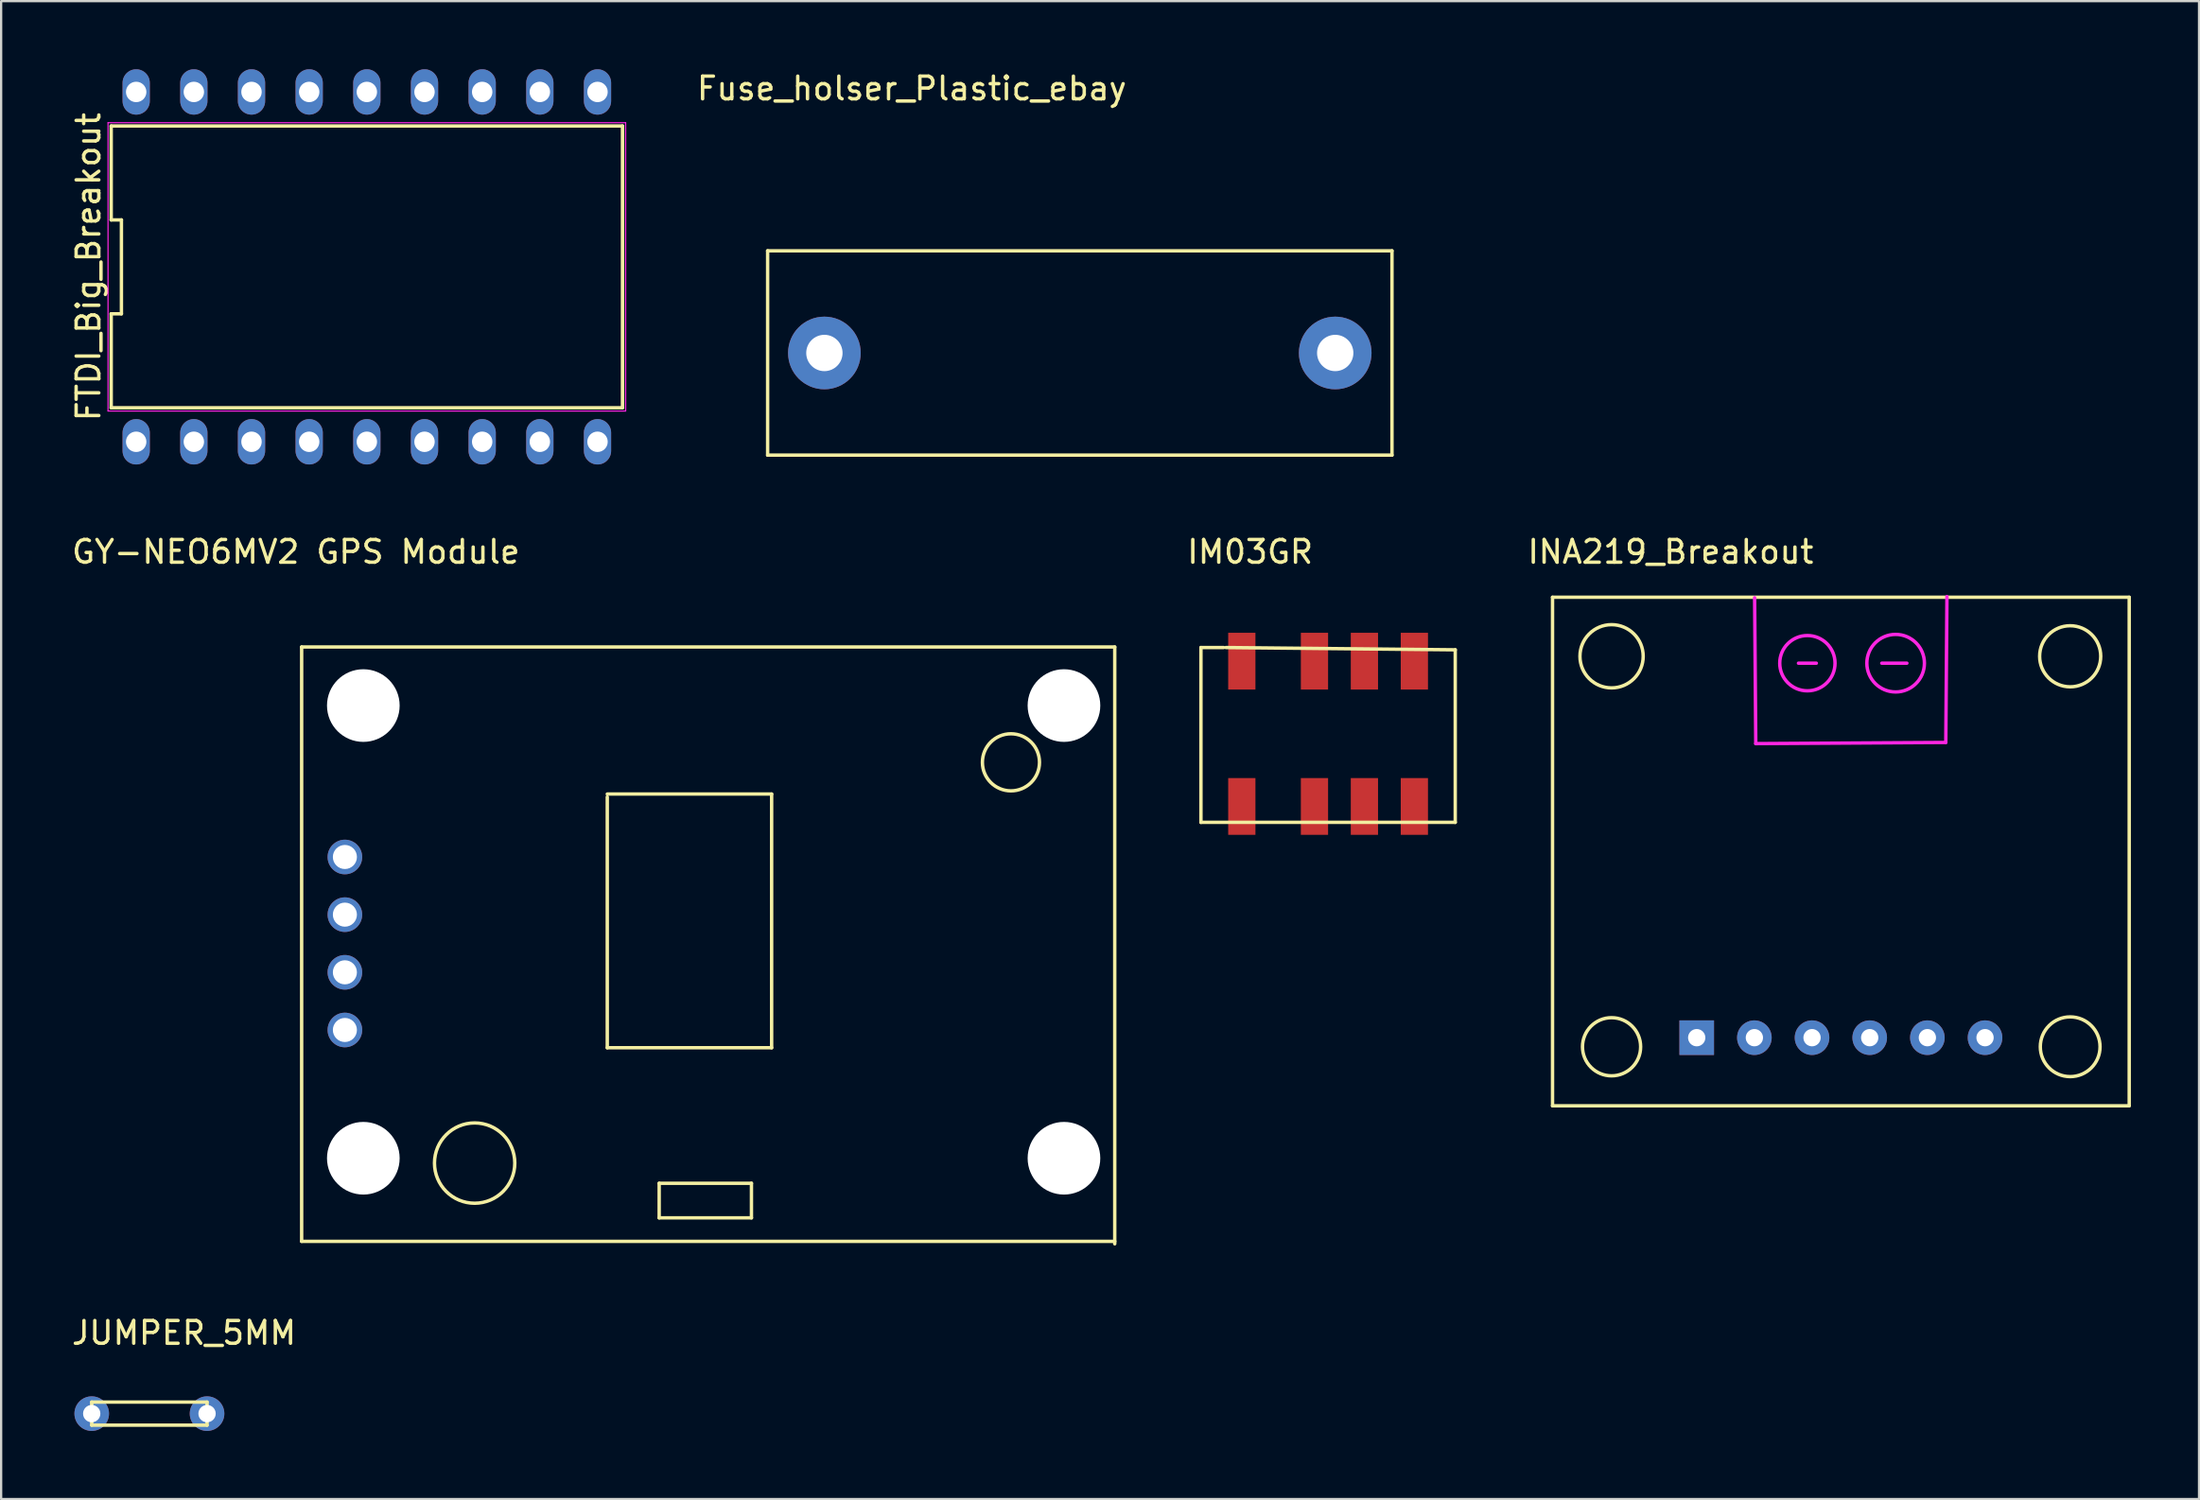
<source format=kicad_pcb>
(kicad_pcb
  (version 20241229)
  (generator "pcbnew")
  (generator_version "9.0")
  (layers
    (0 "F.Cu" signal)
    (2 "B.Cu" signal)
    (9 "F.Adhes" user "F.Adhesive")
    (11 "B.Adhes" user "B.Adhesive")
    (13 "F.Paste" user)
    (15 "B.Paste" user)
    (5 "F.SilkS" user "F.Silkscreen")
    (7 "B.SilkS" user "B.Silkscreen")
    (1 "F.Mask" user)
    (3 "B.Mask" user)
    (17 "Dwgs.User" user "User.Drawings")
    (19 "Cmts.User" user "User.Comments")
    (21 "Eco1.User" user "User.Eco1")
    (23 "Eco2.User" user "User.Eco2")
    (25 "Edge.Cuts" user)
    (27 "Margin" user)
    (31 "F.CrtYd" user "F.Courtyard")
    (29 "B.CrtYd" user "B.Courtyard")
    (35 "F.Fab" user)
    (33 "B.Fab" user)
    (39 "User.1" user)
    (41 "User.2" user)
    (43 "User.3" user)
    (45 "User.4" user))
  (footprint "JUMPER_5MM"
    (layer "F.Cu")
    (at 5.054 58.202)
    (property "Reference" "JUMPER_5MM" (at 0 -2.54 0) (layer "F.SilkS") (effects (font (size 1 1) (thickness 0.15))))
    (attr through_hole)
    (fp_line (start -4.064 0.508) (end 1.016 0.508) (stroke (width 0.15) (type solid)) (layer "F.SilkS"))
    (fp_line (start -4.064 1.524) (end -4.064 0.508) (stroke (width 0.15) (type solid)) (layer "F.SilkS"))
    (fp_line (start 1.016 0.508) (end 1.016 1.524) (stroke (width 0.15) (type solid)) (layer "F.SilkS"))
    (fp_line (start 1.016 1.524) (end -4.064 1.524) (stroke (width 0.15) (type solid)) (layer "F.SilkS"))
    (pad "1" thru_hole circle (at -4.064 1.016) (size 1.524 1.524) (drill 0.762) (layers "*.Cu" "*.Mask"))
    (pad "2" thru_hole circle (at 1.016 1.016) (size 1.524 1.524) (drill 0.762) (layers "*.Cu" "*.Mask")))
  (footprint "FTDI_Big_Breakout"
    (layer "F.Cu")
    (at 13.108 8.705)
    (property "Reference" "FTDI_Big_Breakout" (at -12.26 0 90) (layer "F.SilkS") (effects (font (size 1 1) (thickness 0.15))))
    (attr through_hole)
    (fp_line (start -11.26 -6.205) (end -11.26 -2.068) (stroke (width 0.15) (type solid)) (layer "F.SilkS"))
    (fp_line (start -11.26 -2.068) (end -10.81 -2.068) (stroke (width 0.15) (type solid)) (layer "F.SilkS"))
    (fp_line (start -11.26 2.068) (end -11.26 6.205) (stroke (width 0.15) (type solid)) (layer "F.SilkS"))
    (fp_line (start -11.26 6.205) (end 11.26 6.205) (stroke (width 0.15) (type solid)) (layer "F.SilkS"))
    (fp_line (start -10.81 -2.068) (end -10.81 2.068) (stroke (width 0.15) (type solid)) (layer "F.SilkS"))
    (fp_line (start -10.81 2.068) (end -11.26 2.068) (stroke (width 0.15) (type solid)) (layer "F.SilkS"))
    (fp_line (start 11.26 -6.205) (end -11.26 -6.205) (stroke (width 0.15) (type solid)) (layer "F.SilkS"))
    (fp_line (start 11.26 6.205) (end 11.26 -6.205) (stroke (width 0.15) (type solid)) (layer "F.SilkS"))
    (fp_line (start -11.4 -6.35) (end 11.4 -6.35) (stroke (width 0.05) (type solid)) (layer "F.CrtYd"))
    (fp_line (start -11.4 6.35) (end -11.4 -6.35) (stroke (width 0.05) (type solid)) (layer "F.CrtYd"))
    (fp_line (start 11.4 -6.35) (end 11.4 6.35) (stroke (width 0.05) (type solid)) (layer "F.CrtYd"))
    (fp_line (start 11.4 6.35) (end -11.4 6.35) (stroke (width 0.05) (type solid)) (layer "F.CrtYd"))
    (pad "1" thru_hole oval (at -10.16 7.705) (size 1.2 2) (drill 0.9) (layers "*.Cu" "*.Mask"))
    (pad "2" thru_hole oval (at -7.62 7.705) (size 1.2 2) (drill 0.9) (layers "*.Cu" "*.Mask"))
    (pad "3" thru_hole oval (at -5.08 7.705) (size 1.2 2) (drill 0.9) (layers "*.Cu" "*.Mask"))
    (pad "4" thru_hole oval (at -2.54 7.705) (size 1.2 2) (drill 0.9) (layers "*.Cu" "*.Mask"))
    (pad "5" thru_hole oval (at 0 7.705) (size 1.2 2) (drill 0.9) (layers "*.Cu" "*.Mask"))
    (pad "6" thru_hole oval (at 2.54 7.705) (size 1.2 2) (drill 0.9) (layers "*.Cu" "*.Mask"))
    (pad "7" thru_hole oval (at 5.08 7.705) (size 1.2 2) (drill 0.9) (layers "*.Cu" "*.Mask"))
    (pad "8" thru_hole oval (at 7.62 7.705) (size 1.2 2) (drill 0.9) (layers "*.Cu" "*.Mask"))
    (pad "9" thru_hole oval (at 10.16 7.705) (size 1.2 2) (drill 0.9) (layers "*.Cu" "*.Mask"))
    (pad "10" thru_hole oval (at 10.16 -7.705) (size 1.2 2) (drill 0.9) (layers "*.Cu" "*.Mask"))
    (pad "11" thru_hole oval (at 7.62 -7.705) (size 1.2 2) (drill 0.9) (layers "*.Cu" "*.Mask"))
    (pad "12" thru_hole oval (at 5.08 -7.705) (size 1.2 2) (drill 0.9) (layers "*.Cu" "*.Mask"))
    (pad "13" thru_hole oval (at 2.54 -7.705) (size 1.2 2) (drill 0.9) (layers "*.Cu" "*.Mask"))
    (pad "14" thru_hole oval (at 0 -7.705) (size 1.2 2) (drill 0.9) (layers "*.Cu" "*.Mask"))
    (pad "15" thru_hole oval (at -2.54 -7.705) (size 1.2 2) (drill 0.9) (layers "*.Cu" "*.Mask"))
    (pad "16" thru_hole oval (at -5.08 -7.705) (size 1.2 2) (drill 0.9) (layers "*.Cu" "*.Mask"))
    (pad "17" thru_hole oval (at -7.62 -7.705) (size 1.2 2) (drill 0.9) (layers "*.Cu" "*.Mask"))
    (pad "18" thru_hole oval (at -10.16 -7.705) (size 1.2 2) (drill 0.9) (layers "*.Cu" "*.Mask")))
  (footprint "Fuse_holser_Plastic_ebay"
    (layer "F.Cu")
    (at 33.261 12.498)
    (property "Reference" "Fuse_holser_Plastic_ebay" (at 3.85 -11.65 0) (layer "F.SilkS") (effects (font (size 1 1) (thickness 0.15))))
    (attr through_hole)
    (fp_line (start -2.5 -4.5) (end -2.5 4.5) (stroke (width 0.15) (type solid)) (layer "F.SilkS"))
    (fp_line (start -2.5 4.5) (end 25 4.5) (stroke (width 0.15) (type solid)) (layer "F.SilkS"))
    (fp_line (start 25 -4.5) (end -2.5 -4.5) (stroke (width 0.15) (type solid)) (layer "F.SilkS"))
    (fp_line (start 25 4.5) (end 25 -4.5) (stroke (width 0.15) (type solid)) (layer "F.SilkS"))
    (pad "1" thru_hole circle (at 0 0) (size 3.2 3.2) (drill 1.6) (layers "*.Cu" "*.Mask"))
    (pad "2" thru_hole circle (at 22.5 0) (size 3.2 3.2) (drill 1.6) (layers "*.Cu" "*.Mask")))
  (footprint "GY-NEO6MV2 GPS Module"
    (layer "F.Cu")
    (at 10.236 25.449)
    (property "Reference" "GY-NEO6MV2 GPS Module" (at -0.254 -4.191 0) (layer "F.SilkS") (effects (font (size 1 1) (thickness 0.15))))
    (attr through_hole)
    (fp_line (start 0 0) (end 35.814 0) (stroke (width 0.15) (type solid)) (layer "F.SilkS"))
    (fp_line (start 0 26.18) (end 0 0) (stroke (width 0.15) (type solid)) (layer "F.SilkS"))
    (fp_line (start 13.462 6.477) (end 20.701 6.477) (stroke (width 0.15) (type solid)) (layer "F.SilkS"))
    (fp_line (start 13.462 17.653) (end 13.462 6.604) (stroke (width 0.15) (type solid)) (layer "F.SilkS"))
    (fp_line (start 15.748 23.622) (end 19.812 23.622) (stroke (width 0.15) (type solid)) (layer "F.SilkS"))
    (fp_line (start 15.748 25.146) (end 15.748 23.622) (stroke (width 0.15) (type solid)) (layer "F.SilkS"))
    (fp_line (start 19.812 23.622) (end 19.812 25.146) (stroke (width 0.15) (type solid)) (layer "F.SilkS"))
    (fp_line (start 19.812 25.146) (end 15.748 25.146) (stroke (width 0.15) (type solid)) (layer "F.SilkS"))
    (fp_line (start 20.701 6.477) (end 20.701 17.653) (stroke (width 0.15) (type solid)) (layer "F.SilkS"))
    (fp_line (start 20.701 17.653) (end 13.462 17.653) (stroke (width 0.15) (type solid)) (layer "F.SilkS"))
    (fp_line (start 35.814 0) (end 35.814 26.289) (stroke (width 0.15) (type solid)) (layer "F.SilkS"))
    (fp_line (start 35.814 26.18) (end 0 26.18) (stroke (width 0.15) (type solid)) (layer "F.SilkS"))
    (fp_circle (center 7.62 22.733) (end 8.255 24.384) (stroke (width 0.15) (type solid)) (fill no) (layer "F.SilkS"))
    (fp_circle (center 31.242 5.08) (end 32.131 5.969) (stroke (width 0.15) (type solid)) (fill no) (layer "F.SilkS"))
    (pad "" np_thru_hole circle (at 2.717 2.58) (size 3.2 3.2) (drill 3.2) (layers "*.Cu" "*.Mask"))
    (pad "" np_thru_hole circle (at 2.717 22.52) (size 3.2 3.2) (drill 3.2) (layers "*.Cu" "*.Mask"))
    (pad "" np_thru_hole circle (at 33.577 2.58) (size 3.2 3.2) (drill 3.2) (layers "*.Cu" "*.Mask"))
    (pad "" np_thru_hole circle (at 33.577 22.52) (size 3.2 3.2) (drill 3.2) (layers "*.Cu" "*.Mask"))
    (pad "1" thru_hole circle (at 1.905 9.25) (size 1.524 1.524) (drill 1.06) (layers "*.Cu" "*.Mask"))
    (pad "2" thru_hole circle (at 1.905 11.79) (size 1.524 1.524) (drill 1.06) (layers "*.Cu" "*.Mask"))
    (pad "3" thru_hole circle (at 1.905 14.33) (size 1.524 1.524) (drill 1.06) (layers "*.Cu" "*.Mask"))
    (pad "4" thru_hole circle (at 1.905 16.87) (size 1.524 1.524) (drill 1.06) (layers "*.Cu" "*.Mask")))
  (footprint "IM03GR"
    (layer "F.Cu")
    (at 52.647 26.473)
    (property "Reference" "IM03GR" (at -0.635 -5.215 0) (layer "F.SilkS") (effects (font (size 1 1) (thickness 0.15))))
    (attr through_hole)
    (fp_line (start -2.8 -1) (end -1.8 -1) (stroke (width 0.15) (type solid)) (layer "F.SilkS"))
    (fp_line (start -2.8 6.7) (end -2.8 -1) (stroke (width 0.15) (type solid)) (layer "F.SilkS"))
    (fp_line (start -1.7 -1) (end 8.4 -0.9) (stroke (width 0.15) (type solid)) (layer "F.SilkS"))
    (fp_line (start 8.4 -0.9) (end 8.4 6.7) (stroke (width 0.15) (type solid)) (layer "F.SilkS"))
    (fp_line (start 8.4 6.7) (end -2.8 6.7) (stroke (width 0.15) (type solid)) (layer "F.SilkS"))
    (pad "1" smd rect (at -1 6) (size 1.2 2.5) (layers "F.Cu" "F.Mask" "F.Paste"))
    (pad "2" smd rect (at 2.2 6) (size 1.2 2.5) (layers "F.Cu" "F.Mask" "F.Paste"))
    (pad "3" smd rect (at 4.4 6) (size 1.2 2.5) (layers "F.Cu" "F.Mask" "F.Paste"))
    (pad "4" smd rect (at 6.6 6) (size 1.2 2.5) (layers "F.Cu" "F.Mask" "F.Paste"))
    (pad "5" smd rect (at 6.6 -0.4) (size 1.2 2.5) (layers "F.Cu" "F.Mask" "F.Paste"))
    (pad "6" smd rect (at 4.4 -0.4) (size 1.2 2.5) (layers "F.Cu" "F.Mask" "F.Paste"))
    (pad "7" smd rect (at 2.2 -0.4) (size 1.2 2.5) (layers "F.Cu" "F.Mask" "F.Paste"))
    (pad "8" smd rect (at -1 -0.4) (size 1.2 2.5) (layers "F.Cu" "F.Mask" "F.Paste")))
  (footprint "INA219_Breakout"
    (layer "F.Cu")
    (at 77.968 34.442)
    (property "Reference" "INA219_Breakout" (at -7.435 -13.184 0) (layer "F.SilkS") (effects (font (size 1 1) (thickness 0.15))))
    (attr through_hole)
    (fp_line (start -12.635 -11.184) (end 12.765 -11.184) (stroke (width 0.15) (type solid)) (layer "F.SilkS"))
    (fp_line (start -12.635 11.216) (end -12.635 -11.184) (stroke (width 0.15) (type solid)) (layer "F.SilkS"))
    (fp_line (start 12.765 -11.184) (end 12.765 11.216) (stroke (width 0.15) (type solid)) (layer "F.SilkS"))
    (fp_line (start 12.765 11.216) (end -12.635 11.216) (stroke (width 0.15) (type solid)) (layer "F.SilkS"))
    (fp_circle (center -10.035 -8.584) (end -10.535 -9.884) (stroke (width 0.15) (type solid)) (fill no) (layer "F.SilkS"))
    (fp_circle (center -10.035 8.616) (end -9.235 7.616) (stroke (width 0.15) (type solid)) (fill no) (layer "F.SilkS"))
    (fp_circle (center 10.165 -8.584) (end 11.065 -9.584) (stroke (width 0.15) (type solid)) (fill no) (layer "F.SilkS"))
    (fp_circle (center 10.165 8.616) (end 9.965 7.316) (stroke (width 0.15) (type solid)) (fill no) (layer "F.SilkS"))
    (fp_line (start -3.734 -11.163) (end -3.683 -4.737) (stroke (width 0.15) (type solid)) (layer "F.CrtYd"))
    (fp_line (start -3.683 -4.737) (end 4.686 -4.788) (stroke (width 0.15) (type solid)) (layer "F.CrtYd"))
    (fp_line (start -1.803 -8.28) (end -1.016 -8.28) (stroke (width 0.15) (type solid)) (layer "F.CrtYd"))
    (fp_line (start 1.867 -8.28) (end 2.972 -8.28) (stroke (width 0.15) (type solid)) (layer "F.CrtYd"))
    (fp_line (start 4.686 -4.788) (end 4.737 -11.214) (stroke (width 0.15) (type solid)) (layer "F.CrtYd"))
    (fp_circle (center -1.41 -8.28) (end -0.47 -7.506) (stroke (width 0.15) (type solid)) (fill no) (layer "F.CrtYd"))
    (fp_circle (center 2.477 -8.28) (end 3.518 -7.556) (stroke (width 0.15) (type solid)) (fill no) (layer "F.CrtYd"))
    (pad "1" thru_hole circle (at 6.415 8.216) (size 1.524 1.524) (drill 0.762) (layers "*.Cu" "*.Mask"))
    (pad "2" thru_hole circle (at 3.875 8.216) (size 1.524 1.524) (drill 0.762) (layers "*.Cu" "*.Mask"))
    (pad "3" thru_hole circle (at -3.745 8.216) (size 1.524 1.524) (drill 0.762) (layers "*.Cu" "*.Mask"))
    (pad "4" thru_hole rect (at -6.285 8.216) (size 1.524 1.524) (drill 0.762) (layers "*.Cu" "*.Mask"))
    (pad "5" thru_hole circle (at -1.205 8.216) (size 1.524 1.524) (drill 0.762) (layers "*.Cu" "*.Mask"))
    (pad "6" thru_hole circle (at 1.335 8.216) (size 1.524 1.524) (drill 0.762) (layers "*.Cu" "*.Mask")))
  (gr_rect
    (start -3 -3)
    (end 93.808 62.98)
    (stroke (width 0.1) (type default))
    (fill no)
    (layer "Edge.Cuts")))
</source>
